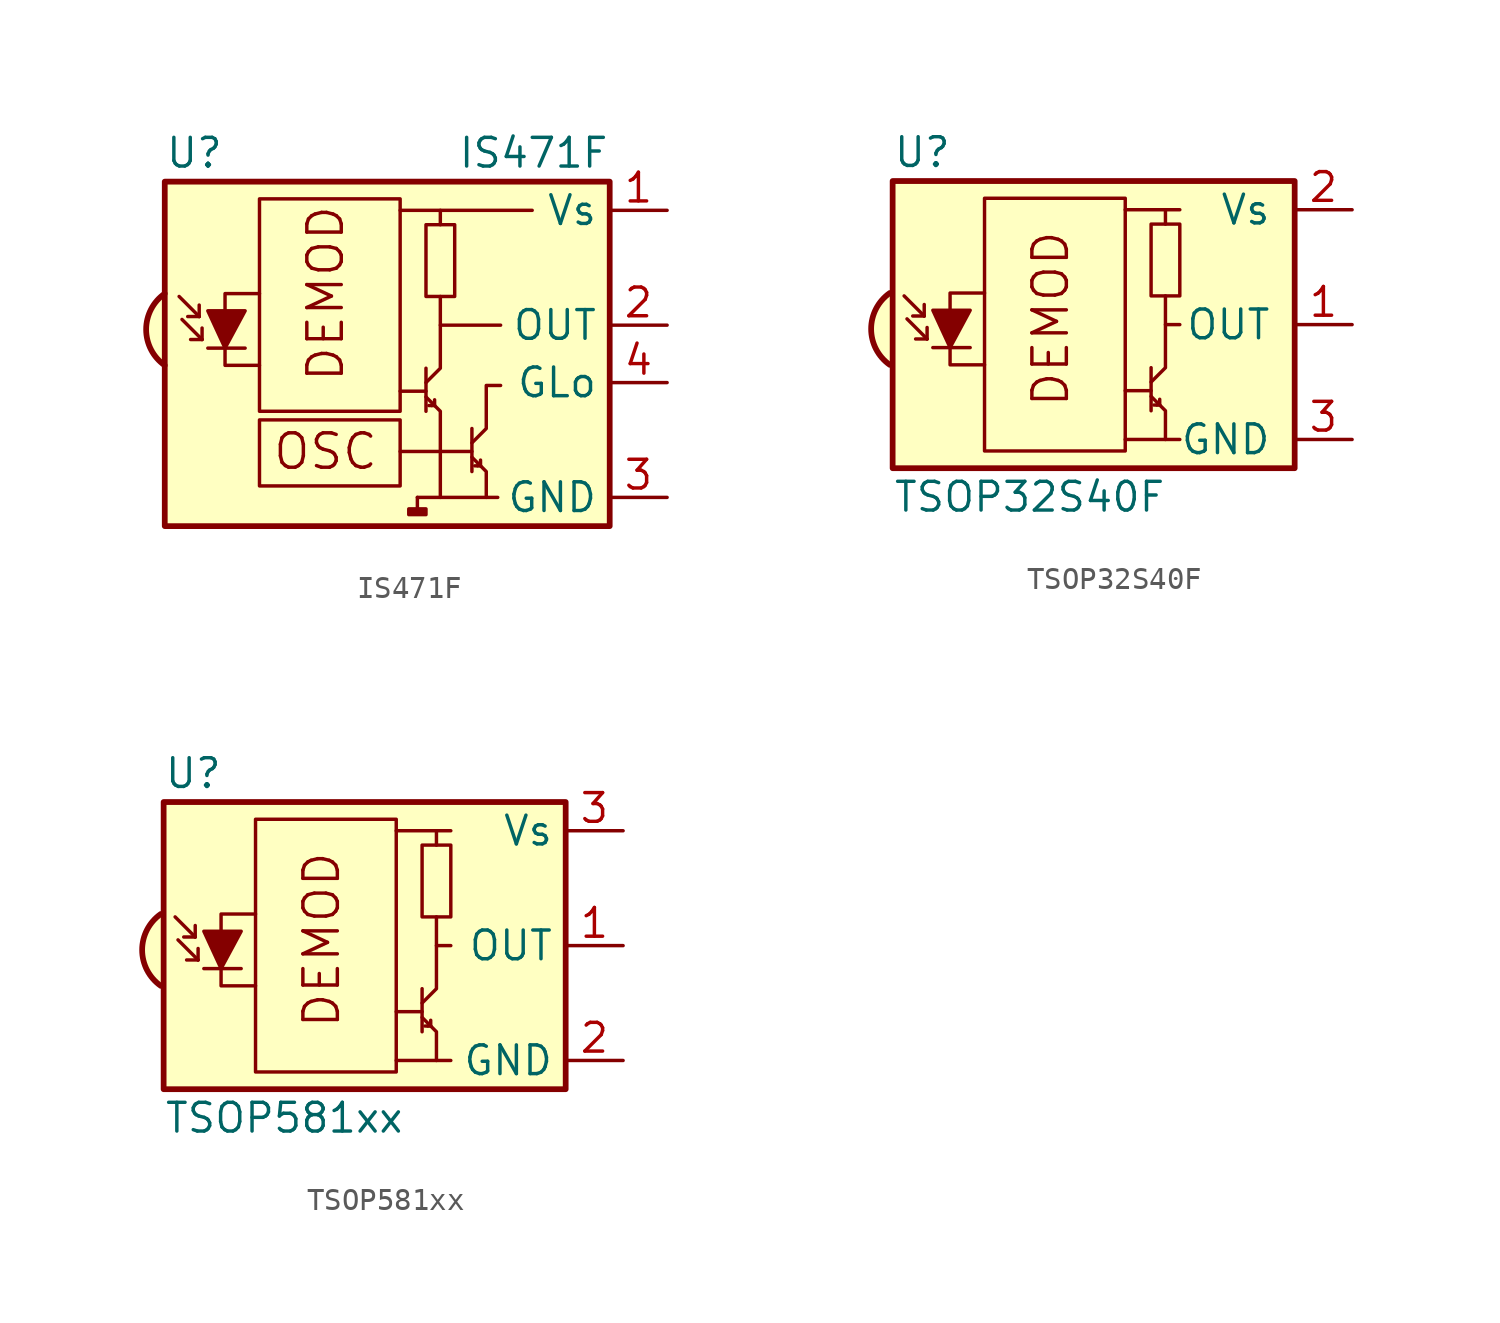
<source format=kicad_sym>
(kicad_symbol_lib
  (version 20201005)
  (generator kicad_symbol_editor)
  (symbol "IS471F"
    (property "Reference" "U"
      (at -12.065 7.62 0)
      (effects (font (size 1.27 1.27)) (justify left)))
    (property "Value" "IS471F"
      (at 7.62 7.62 0)
      (effects (font (size 1.27 1.27)) (justify right)))
    (symbol "IS471F_0_0"
      (arc (start -12.065 1.397) (end -12.065 -1.778) (radius (at -10.922 -0.1778) (length 1.9558) (angles 126 -125.5)) (stroke (width 0.254)) (fill (type background)))
      (text "DEMOD" (at -4.953 1.397 900) (effects (font (size 1.524 1.524))))
      (text "OSC" (at -4.953 -5.588 0) (effects (font (size 1.524 1.524))))
      (rectangle (start -7.874 -4.191) (end -1.651 -7.112) (stroke (width 0)) (fill (type none)))
      (rectangle (start -1.27 -8.128) (end -0.508 -8.382) (stroke (width 0)) (fill (type outline)))
      (polyline (pts (xy -0.889 -7.62) (xy -0.889 -8.128)) (stroke (width 0)) (fill (type none)))
      (polyline (pts (xy 0.127 5.08) (xy -1.651 5.08)) (stroke (width 0)) (fill (type none)))
      (polyline (pts (xy 2.667 -7.62) (xy -0.889 -7.62)) (stroke (width 0)) (fill (type none)))
      (polyline (pts (xy -0.508 -3.175) (xy 0.127 -3.81) (xy 0.127 -7.62)) (stroke (width 0)) (fill (type none)))
      (polyline (pts (xy 1.524 -5.842) (xy 2.159 -6.477) (xy 2.159 -7.62)) (stroke (width 0)) (fill (type none))))
    (symbol "IS471F_0_1"
      (rectangle (start -7.874 5.588) (end -1.651 -3.81) (stroke (width 0)) (fill (type none)))
      (rectangle (start 0.762 1.27) (end -0.508 4.445) (stroke (width 0)) (fill (type none)))
      (rectangle (start 7.62 6.35) (end -12.065 -8.89) (stroke (width 0.254)) (fill (type background)))
      (polyline (pts (xy -10.541 0.381) (xy -11.43 1.27)) (stroke (width 0)) (fill (type none)))
      (polyline (pts (xy -10.541 0.381) (xy -11.049 0.381)) (stroke (width 0)) (fill (type none)))
      (polyline (pts (xy -10.541 0.381) (xy -10.541 0.889)) (stroke (width 0)) (fill (type none)))
      (polyline (pts (xy -10.414 -0.635) (xy -11.303 0.254)) (stroke (width 0)) (fill (type none)))
      (polyline (pts (xy -10.414 -0.635) (xy -10.922 -0.635)) (stroke (width 0)) (fill (type none)))
      (polyline (pts (xy -10.414 -0.635) (xy -10.414 -0.127)) (stroke (width 0)) (fill (type none)))
      (polyline (pts (xy -10.16 -1.016) (xy -8.509 -1.016)) (stroke (width 0)) (fill (type none)))
      (polyline (pts (xy -0.508 -2.921) (xy -1.651 -2.921)) (stroke (width 0)) (fill (type none)))
      (polyline (pts (xy -0.508 -1.905) (xy -0.508 -3.81)) (stroke (width 0)) (fill (type none)))
      (polyline (pts (xy -0.381 -3.556) (xy -0.254 -3.556)) (stroke (width 0)) (fill (type none)))
      (polyline (pts (xy -0.127 -3.556) (xy -0.254 -3.556)) (stroke (width 0)) (fill (type none)))
      (polyline (pts (xy -0.127 -3.556) (xy -0.127 -3.302)) (stroke (width 0)) (fill (type none)))
      (polyline (pts (xy 0.127 0) (xy 0.127 1.27)) (stroke (width 0)) (fill (type none)))
      (polyline (pts (xy 1.524 -5.588) (xy -1.651 -5.588)) (stroke (width 0)) (fill (type none)))
      (polyline (pts (xy 1.524 -4.572) (xy 1.524 -6.477)) (stroke (width 0)) (fill (type none)))
      (polyline (pts (xy 1.651 -6.223) (xy 1.778 -6.223)) (stroke (width 0)) (fill (type none)))
      (polyline (pts (xy 1.905 -6.223) (xy 1.778 -6.223)) (stroke (width 0)) (fill (type none)))
      (polyline (pts (xy 1.905 -6.223) (xy 1.905 -5.969)) (stroke (width 0)) (fill (type none)))
      (polyline (pts (xy 0.127 4.445) (xy 0.127 5.08) (xy 4.191 5.08)) (stroke (width 0)) (fill (type none)))
      (polyline (pts (xy -7.874 1.397) (xy -9.398 1.397) (xy -9.398 -1.778) (xy -7.874 -1.778)) (stroke (width 0)) (fill (type none)))
      (polyline (pts (xy -0.508 -2.54) (xy 0.127 -1.905) (xy 0.127 0) (xy 2.794 0)) (stroke (width 0)) (fill (type none)))
      (polyline (pts (xy 1.524 -5.207) (xy 2.159 -4.572) (xy 2.159 -2.667) (xy 2.794 -2.667)) (stroke (width 0)) (fill (type none)))
      (polyline (pts (xy -10.16 0.635) (xy -8.509 0.635) (xy -9.398 -1.016) (xy -10.16 0.635)) (stroke (width 0)) (fill (type outline))))
    (symbol "IS471F_1_1"
      (pin power_in line (at 10.16 5.08 180) (length 2.54) (name "Vs" (effects (font (size 1.27 1.27)))) (number "1" (effects (font (size 1.27 1.27)))))
      (pin output line (at 10.16 0 180) (length 2.54) (name "OUT" (effects (font (size 1.27 1.27)))) (number "2" (effects (font (size 1.27 1.27)))))
      (pin power_in line (at 10.16 -7.62 180) (length 2.54) (name "GND" (effects (font (size 1.27 1.27)))) (number "3" (effects (font (size 1.27 1.27)))))
      (pin open_collector line (at 10.16 -2.54 180) (length 2.54) (name "GLo" (effects (font (size 1.27 1.27)))) (number "4" (effects (font (size 1.27 1.27)))))))
  (symbol "TSOP32S40F"
    (pin_names
      (offset 1.016))
    (property "Reference" "U"
      (at -10.16 7.62 0)
      (effects (font (size 1.27 1.27)) (justify left)))
    (property "Value" "TSOP32S40F"
      (at -10.16 -7.62 0)
      (effects (font (size 1.27 1.27)) (justify left)))
    (symbol "TSOP32S40F_0_0"
      (arc (start -10.287 1.397) (end -10.287 -1.778) (radius (at -9.144 -0.1778) (length 1.9558) (angles 126 -125.5)) (stroke (width 0.254)) (fill (type background)))
      (text "DEMOD" (at -3.175 0.254 900) (effects (font (size 1.524 1.524))))
      (polyline (pts (xy 1.905 -5.08) (xy 0.127 -5.08)) (stroke (width 0)) (fill (type none)))
      (polyline (pts (xy 1.905 5.08) (xy 0.127 5.08)) (stroke (width 0)) (fill (type none))))
    (symbol "TSOP32S40F_0_1"
      (rectangle (start -6.096 5.588) (end 0.127 -5.588) (stroke (width 0)) (fill (type none)))
      (rectangle (start 2.54 1.27) (end 1.27 4.445) (stroke (width 0)) (fill (type none)))
      (rectangle (start 7.62 6.35) (end -10.16 -6.35) (stroke (width 0.254)) (fill (type background)))
      (polyline (pts (xy -8.763 0.381) (xy -9.652 1.27)) (stroke (width 0)) (fill (type none)))
      (polyline (pts (xy -8.763 0.381) (xy -9.271 0.381)) (stroke (width 0)) (fill (type none)))
      (polyline (pts (xy -8.763 0.381) (xy -8.763 0.889)) (stroke (width 0)) (fill (type none)))
      (polyline (pts (xy -8.636 -0.635) (xy -9.525 0.254)) (stroke (width 0)) (fill (type none)))
      (polyline (pts (xy -8.636 -0.635) (xy -9.144 -0.635)) (stroke (width 0)) (fill (type none)))
      (polyline (pts (xy -8.636 -0.635) (xy -8.636 -0.127)) (stroke (width 0)) (fill (type none)))
      (polyline (pts (xy -8.382 -1.016) (xy -6.731 -1.016)) (stroke (width 0)) (fill (type none)))
      (polyline (pts (xy 1.27 -2.921) (xy 0.127 -2.921)) (stroke (width 0)) (fill (type none)))
      (polyline (pts (xy 1.27 -1.905) (xy 1.27 -3.81)) (stroke (width 0)) (fill (type none)))
      (polyline (pts (xy 1.397 -3.556) (xy 1.524 -3.556)) (stroke (width 0)) (fill (type none)))
      (polyline (pts (xy 1.651 -3.556) (xy 1.524 -3.556)) (stroke (width 0)) (fill (type none)))
      (polyline (pts (xy 1.651 -3.556) (xy 1.651 -3.302)) (stroke (width 0)) (fill (type none)))
      (polyline (pts (xy 1.905 0) (xy 1.905 1.27)) (stroke (width 0)) (fill (type none)))
      (polyline (pts (xy 1.905 4.445) (xy 1.905 5.08) (xy 2.54 5.08)) (stroke (width 0)) (fill (type none)))
      (polyline (pts (xy -6.096 1.397) (xy -7.62 1.397) (xy -7.62 -1.778) (xy -6.096 -1.778)) (stroke (width 0)) (fill (type none)))
      (polyline (pts (xy 1.27 -3.175) (xy 1.905 -3.81) (xy 1.905 -5.08) (xy 2.54 -5.08)) (stroke (width 0)) (fill (type none)))
      (polyline (pts (xy 1.27 -2.54) (xy 1.905 -1.905) (xy 1.905 0) (xy 2.54 0)) (stroke (width 0)) (fill (type none)))
      (polyline (pts (xy -8.382 0.635) (xy -6.731 0.635) (xy -7.62 -1.016) (xy -8.382 0.635)) (stroke (width 0)) (fill (type outline))))
    (symbol "TSOP32S40F_1_1"
      (pin output line (at 10.16 0 180) (length 2.54) (name "OUT" (effects (font (size 1.27 1.27)))) (number "1" (effects (font (size 1.27 1.27)))))
      (pin power_in line (at 10.16 5.08 180) (length 2.54) (name "Vs" (effects (font (size 1.27 1.27)))) (number "2" (effects (font (size 1.27 1.27)))))
      (pin power_in line (at 10.16 -5.08 180) (length 2.54) (name "GND" (effects (font (size 1.27 1.27)))) (number "3" (effects (font (size 1.27 1.27)))))))
  (symbol "TSOP581xx"
    (property "Reference" "U"
      (at -10.16 7.62 0)
      (effects (font (size 1.27 1.27)) (justify left)))
    (property "Value" "TSOP581xx"
      (at -10.16 -7.62 0)
      (effects (font (size 1.27 1.27)) (justify left)))
    (symbol "TSOP581xx_0_0"
      (arc (start -10.287 1.397) (end -10.287 -1.778) (radius (at -9.144 -0.1778) (length 1.9558) (angles 126 -125.5)) (stroke (width 0.254)) (fill (type background)))
      (text "DEMOD" (at -3.175 0.254 900) (effects (font (size 1.524 1.524))))
      (polyline (pts (xy 1.905 -5.08) (xy 0.127 -5.08)) (stroke (width 0)) (fill (type none)))
      (polyline (pts (xy 1.905 5.08) (xy 0.127 5.08)) (stroke (width 0)) (fill (type none))))
    (symbol "TSOP581xx_0_1"
      (rectangle (start -6.096 5.588) (end 0.127 -5.588) (stroke (width 0)) (fill (type none)))
      (rectangle (start 2.54 1.27) (end 1.27 4.445) (stroke (width 0)) (fill (type none)))
      (rectangle (start 7.62 6.35) (end -10.16 -6.35) (stroke (width 0.254)) (fill (type background)))
      (polyline (pts (xy -8.763 0.381) (xy -9.652 1.27)) (stroke (width 0)) (fill (type none)))
      (polyline (pts (xy -8.763 0.381) (xy -9.271 0.381)) (stroke (width 0)) (fill (type none)))
      (polyline (pts (xy -8.763 0.381) (xy -8.763 0.889)) (stroke (width 0)) (fill (type none)))
      (polyline (pts (xy -8.636 -0.635) (xy -9.525 0.254)) (stroke (width 0)) (fill (type none)))
      (polyline (pts (xy -8.636 -0.635) (xy -9.144 -0.635)) (stroke (width 0)) (fill (type none)))
      (polyline (pts (xy -8.636 -0.635) (xy -8.636 -0.127)) (stroke (width 0)) (fill (type none)))
      (polyline (pts (xy -8.382 -1.016) (xy -6.731 -1.016)) (stroke (width 0)) (fill (type none)))
      (polyline (pts (xy 1.27 -2.921) (xy 0.127 -2.921)) (stroke (width 0)) (fill (type none)))
      (polyline (pts (xy 1.27 -1.905) (xy 1.27 -3.81)) (stroke (width 0)) (fill (type none)))
      (polyline (pts (xy 1.397 -3.556) (xy 1.524 -3.556)) (stroke (width 0)) (fill (type none)))
      (polyline (pts (xy 1.651 -3.556) (xy 1.524 -3.556)) (stroke (width 0)) (fill (type none)))
      (polyline (pts (xy 1.651 -3.556) (xy 1.651 -3.302)) (stroke (width 0)) (fill (type none)))
      (polyline (pts (xy 1.905 0) (xy 1.905 1.27)) (stroke (width 0)) (fill (type none)))
      (polyline (pts (xy 1.905 4.445) (xy 1.905 5.08) (xy 2.54 5.08)) (stroke (width 0)) (fill (type none)))
      (polyline (pts (xy -6.096 1.397) (xy -7.62 1.397) (xy -7.62 -1.778) (xy -6.096 -1.778)) (stroke (width 0)) (fill (type none)))
      (polyline (pts (xy 1.27 -3.175) (xy 1.905 -3.81) (xy 1.905 -5.08) (xy 2.54 -5.08)) (stroke (width 0)) (fill (type none)))
      (polyline (pts (xy 1.27 -2.54) (xy 1.905 -1.905) (xy 1.905 0) (xy 2.54 0)) (stroke (width 0)) (fill (type none)))
      (polyline (pts (xy -8.382 0.635) (xy -6.731 0.635) (xy -7.62 -1.016) (xy -8.382 0.635)) (stroke (width 0)) (fill (type outline))))
    (symbol "TSOP581xx_1_1"
      (pin output line (at 10.16 0 180) (length 2.54) (name "OUT" (effects (font (size 1.27 1.27)))) (number "1" (effects (font (size 1.27 1.27)))))
      (pin power_in line (at 10.16 -5.08 180) (length 2.54) (name "GND" (effects (font (size 1.27 1.27)))) (number "2" (effects (font (size 1.27 1.27)))))
      (pin power_in line (at 10.16 5.08 180) (length 2.54) (name "Vs" (effects (font (size 1.27 1.27)))) (number "3" (effects (font (size 1.27 1.27))))))))
</source>
